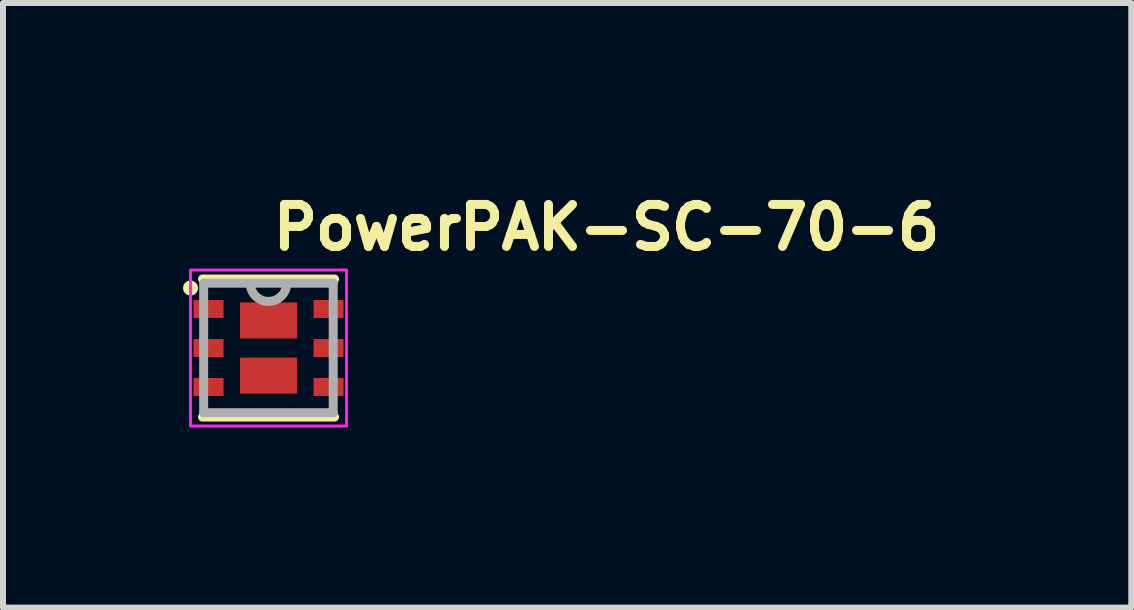
<source format=kicad_pcb>
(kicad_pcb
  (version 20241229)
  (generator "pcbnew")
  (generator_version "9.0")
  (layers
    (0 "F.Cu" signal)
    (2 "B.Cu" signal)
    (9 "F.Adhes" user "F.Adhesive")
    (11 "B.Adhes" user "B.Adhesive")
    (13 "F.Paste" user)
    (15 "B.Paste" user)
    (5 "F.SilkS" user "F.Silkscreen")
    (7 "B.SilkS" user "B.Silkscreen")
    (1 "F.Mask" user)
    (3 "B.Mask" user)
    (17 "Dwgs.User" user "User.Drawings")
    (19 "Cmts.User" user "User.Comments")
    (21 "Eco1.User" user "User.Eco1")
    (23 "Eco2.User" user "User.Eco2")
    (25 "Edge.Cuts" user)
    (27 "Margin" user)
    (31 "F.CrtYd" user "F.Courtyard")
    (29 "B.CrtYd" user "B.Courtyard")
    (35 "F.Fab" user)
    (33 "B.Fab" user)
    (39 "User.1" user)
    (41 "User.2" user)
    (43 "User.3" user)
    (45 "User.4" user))
  (footprint "PowerPAK-SC-70-6"
    (layer "F.Cu")
    (at 1.425 2.75)
    (property "Reference" "PowerPAK-SC-70-6" (at 0 -1.6 0) (layer "F.SilkS") (effects (font (size 0.7 0.7) (thickness 0.15)) (justify left bottom)))
    (attr smd)
    (fp_line (start -1.1 1.15) (end 1.1 1.15) (stroke (width 0.15) (type solid)) (layer "F.SilkS"))
    (fp_line (start 1.1 -1.15) (end -1.1 -1.15) (stroke (width 0.15) (type solid)) (layer "F.SilkS"))
    (fp_circle (center -1.3 -1) (end -1.25 -1) (stroke (width 0.15) (type solid)) (fill yes) (layer "F.SilkS"))
    (fp_rect (start -1.3 -1.3) (end 1.3 1.3) (stroke (width 0.05) (type solid)) (fill no) (layer "F.CrtYd"))
    (fp_line (start -1.081 -1.081) (end -1.081 1.078) (stroke (width 0.15) (type solid)) (layer "F.Fab"))
    (fp_line (start -1.081 1.078) (end 1.078 1.078) (stroke (width 0.15) (type solid)) (layer "F.Fab"))
    (fp_line (start 1.078 -1.081) (end -1.081 -1.081) (stroke (width 0.15) (type solid)) (layer "F.Fab"))
    (fp_line (start 1.078 1.078) (end 1.078 -1.081) (stroke (width 0.15) (type solid)) (layer "F.Fab"))
    (fp_arc (start 0.303 -1.081) (mid 0 -0.776) (end -0.305 -1.081) (stroke (width 0.15) (type solid)) (layer "F.Fab"))
    (fp_rect (start 1.034 1) (end -1.034 -1.049) (stroke (width 0.1) (type solid)) (fill no) (layer "User.5"))
    (fp_line (start -1.034 -0.834) (end -1.034 -0.514) (stroke (width 0.02) (type solid)) (layer "User.9"))
    (fp_line (start -1.034 -0.514) (end -1.024 -0.514) (stroke (width 0.02) (type solid)) (layer "User.9"))
    (fp_line (start -1.034 -0.183) (end -1.034 0.135) (stroke (width 0.02) (type solid)) (layer "User.9"))
    (fp_line (start -1.034 0.135) (end -1.024 0.135) (stroke (width 0.02) (type solid)) (layer "User.9"))
    (fp_line (start -1.034 0.466) (end -1.034 0.786) (stroke (width 0.02) (type solid)) (layer "User.9"))
    (fp_line (start -1.034 0.786) (end -1.024 0.786) (stroke (width 0.02) (type solid)) (layer "User.9"))
    (fp_line (start -1.024 -1.049) (end -1.024 1) (stroke (width 0.02) (type solid)) (layer "User.9"))
    (fp_line (start -1.024 -0.834) (end -1.034 -0.834) (stroke (width 0.02) (type solid)) (layer "User.9"))
    (fp_line (start -1.024 -0.183) (end -1.034 -0.183) (stroke (width 0.02) (type solid)) (layer "User.9"))
    (fp_line (start -1.024 0.466) (end -1.034 0.466) (stroke (width 0.02) (type solid)) (layer "User.9"))
    (fp_line (start -1.024 1) (end 1.024 1) (stroke (width 0.02) (type solid)) (layer "User.9"))
    (fp_line (start -0.826 -0.74) (end -0.826 -0.74) (stroke (width 0.02) (type solid)) (layer "User.9"))
    (fp_line (start -0.826 -0.74) (end -0.826 -0.74) (stroke (width 0.02) (type solid)) (layer "User.9"))
    (fp_line (start -0.826 -0.74) (end -0.825 -0.735) (stroke (width 0.02) (type solid)) (layer "User.9"))
    (fp_line (start -0.825 -0.751) (end -0.825 -0.745) (stroke (width 0.02) (type solid)) (layer "User.9"))
    (fp_line (start -0.825 -0.745) (end -0.826 -0.74) (stroke (width 0.02) (type solid)) (layer "User.9"))
    (fp_line (start -0.825 -0.735) (end -0.825 -0.729) (stroke (width 0.02) (type solid)) (layer "User.9"))
    (fp_line (start -0.825 -0.729) (end -0.824 -0.725) (stroke (width 0.02) (type solid)) (layer "User.9"))
    (fp_line (start -0.824 -0.756) (end -0.825 -0.751) (stroke (width 0.02) (type solid)) (layer "User.9"))
    (fp_line (start -0.824 -0.725) (end -0.823 -0.72) (stroke (width 0.02) (type solid)) (layer "User.9"))
    (fp_line (start -0.823 -0.761) (end -0.824 -0.756) (stroke (width 0.02) (type solid)) (layer "User.9"))
    (fp_line (start -0.823 -0.72) (end -0.822 -0.715) (stroke (width 0.02) (type solid)) (layer "User.9"))
    (fp_line (start -0.822 -0.766) (end -0.823 -0.761) (stroke (width 0.02) (type solid)) (layer "User.9"))
    (fp_line (start -0.822 -0.715) (end -0.821 -0.71) (stroke (width 0.02) (type solid)) (layer "User.9"))
    (fp_line (start -0.821 -0.771) (end -0.822 -0.766) (stroke (width 0.02) (type solid)) (layer "User.9"))
    (fp_line (start -0.821 -0.71) (end -0.819 -0.705) (stroke (width 0.02) (type solid)) (layer "User.9"))
    (fp_line (start -0.819 -0.776) (end -0.821 -0.771) (stroke (width 0.02) (type solid)) (layer "User.9"))
    (fp_line (start -0.819 -0.705) (end -0.817 -0.701) (stroke (width 0.02) (type solid)) (layer "User.9"))
    (fp_line (start -0.817 -0.78) (end -0.819 -0.776) (stroke (width 0.02) (type solid)) (layer "User.9"))
    (fp_line (start -0.817 -0.701) (end -0.815 -0.696) (stroke (width 0.02) (type solid)) (layer "User.9"))
    (fp_line (start -0.815 -0.785) (end -0.817 -0.78) (stroke (width 0.02) (type solid)) (layer "User.9"))
    (fp_line (start -0.815 -0.696) (end -0.812 -0.692) (stroke (width 0.02) (type solid)) (layer "User.9"))
    (fp_line (start -0.812 -0.789) (end -0.815 -0.785) (stroke (width 0.02) (type solid)) (layer "User.9"))
    (fp_line (start -0.812 -0.692) (end -0.81 -0.687) (stroke (width 0.02) (type solid)) (layer "User.9"))
    (fp_line (start -0.81 -0.795) (end -0.812 -0.789) (stroke (width 0.02) (type solid)) (layer "User.9"))
    (fp_line (start -0.81 -0.687) (end -0.807 -0.683) (stroke (width 0.02) (type solid)) (layer "User.9"))
    (fp_line (start -0.807 -0.799) (end -0.81 -0.795) (stroke (width 0.02) (type solid)) (layer "User.9"))
    (fp_line (start -0.807 -0.683) (end -0.804 -0.679) (stroke (width 0.02) (type solid)) (layer "User.9"))
    (fp_line (start -0.804 -0.803) (end -0.807 -0.799) (stroke (width 0.02) (type solid)) (layer "User.9"))
    (fp_line (start -0.804 -0.679) (end -0.801 -0.675) (stroke (width 0.02) (type solid)) (layer "User.9"))
    (fp_line (start -0.801 -0.807) (end -0.804 -0.803) (stroke (width 0.02) (type solid)) (layer "User.9"))
    (fp_line (start -0.801 -0.675) (end -0.798 -0.671) (stroke (width 0.02) (type solid)) (layer "User.9"))
    (fp_line (start -0.798 -0.811) (end -0.801 -0.807) (stroke (width 0.02) (type solid)) (layer "User.9"))
    (fp_line (start -0.798 -0.671) (end -0.794 -0.668) (stroke (width 0.02) (type solid)) (layer "User.9"))
    (fp_line (start -0.794 -0.814) (end -0.798 -0.811) (stroke (width 0.02) (type solid)) (layer "User.9"))
    (fp_line (start -0.794 -0.668) (end -0.791 -0.663) (stroke (width 0.02) (type solid)) (layer "User.9"))
    (fp_line (start -0.791 -0.818) (end -0.794 -0.814) (stroke (width 0.02) (type solid)) (layer "User.9"))
    (fp_line (start -0.791 -0.663) (end -0.787 -0.66) (stroke (width 0.02) (type solid)) (layer "User.9"))
    (fp_line (start -0.787 -0.821) (end -0.791 -0.818) (stroke (width 0.02) (type solid)) (layer "User.9"))
    (fp_line (start -0.787 -0.66) (end -0.783 -0.657) (stroke (width 0.02) (type solid)) (layer "User.9"))
    (fp_line (start -0.783 -0.824) (end -0.787 -0.821) (stroke (width 0.02) (type solid)) (layer "User.9"))
    (fp_line (start -0.783 -0.657) (end -0.779 -0.654) (stroke (width 0.02) (type solid)) (layer "User.9"))
    (fp_line (start -0.779 -0.827) (end -0.783 -0.824) (stroke (width 0.02) (type solid)) (layer "User.9"))
    (fp_line (start -0.779 -0.654) (end -0.775 -0.652) (stroke (width 0.02) (type solid)) (layer "User.9"))
    (fp_line (start -0.775 -0.83) (end -0.779 -0.827) (stroke (width 0.02) (type solid)) (layer "User.9"))
    (fp_line (start -0.775 -0.652) (end -0.77 -0.649) (stroke (width 0.02) (type solid)) (layer "User.9"))
    (fp_line (start -0.77 -0.832) (end -0.775 -0.83) (stroke (width 0.02) (type solid)) (layer "User.9"))
    (fp_line (start -0.77 -0.649) (end -0.765 -0.647) (stroke (width 0.02) (type solid)) (layer "User.9"))
    (fp_line (start -0.765 -0.834) (end -0.77 -0.832) (stroke (width 0.02) (type solid)) (layer "User.9"))
    (fp_line (start -0.765 -0.647) (end -0.76 -0.645) (stroke (width 0.02) (type solid)) (layer "User.9"))
    (fp_line (start -0.76 -0.836) (end -0.765 -0.834) (stroke (width 0.02) (type solid)) (layer "User.9"))
    (fp_line (start -0.76 -0.645) (end -0.756 -0.643) (stroke (width 0.02) (type solid)) (layer "User.9"))
    (fp_line (start -0.756 -0.838) (end -0.76 -0.836) (stroke (width 0.02) (type solid)) (layer "User.9"))
    (fp_line (start -0.756 -0.643) (end -0.751 -0.641) (stroke (width 0.02) (type solid)) (layer "User.9"))
    (fp_line (start -0.751 -0.84) (end -0.756 -0.838) (stroke (width 0.02) (type solid)) (layer "User.9"))
    (fp_line (start -0.751 -0.641) (end -0.747 -0.64) (stroke (width 0.02) (type solid)) (layer "User.9"))
    (fp_line (start -0.747 -0.841) (end -0.751 -0.84) (stroke (width 0.02) (type solid)) (layer "User.9"))
    (fp_line (start -0.747 -0.64) (end -0.742 -0.639) (stroke (width 0.02) (type solid)) (layer "User.9"))
    (fp_line (start -0.742 -0.842) (end -0.747 -0.841) (stroke (width 0.02) (type solid)) (layer "User.9"))
    (fp_line (start -0.742 -0.639) (end -0.737 -0.638) (stroke (width 0.02) (type solid)) (layer "User.9"))
    (fp_line (start -0.737 -0.843) (end -0.742 -0.842) (stroke (width 0.02) (type solid)) (layer "User.9"))
    (fp_line (start -0.737 -0.638) (end -0.732 -0.637) (stroke (width 0.02) (type solid)) (layer "User.9"))
    (fp_line (start -0.732 -0.844) (end -0.737 -0.843) (stroke (width 0.02) (type solid)) (layer "User.9"))
    (fp_line (start -0.732 -0.637) (end -0.726 -0.637) (stroke (width 0.02) (type solid)) (layer "User.9"))
    (fp_line (start -0.726 -0.844) (end -0.732 -0.844) (stroke (width 0.02) (type solid)) (layer "User.9"))
    (fp_line (start -0.726 -0.637) (end -0.721 -0.637) (stroke (width 0.02) (type solid)) (layer "User.9"))
    (fp_line (start -0.721 -0.845) (end -0.726 -0.844) (stroke (width 0.02) (type solid)) (layer "User.9"))
    (fp_line (start -0.721 -0.845) (end -0.721 -0.845) (stroke (width 0.02) (type solid)) (layer "User.9"))
    (fp_line (start -0.721 -0.637) (end -0.721 -0.637) (stroke (width 0.02) (type solid)) (layer "User.9"))
    (fp_line (start -0.721 -0.637) (end -0.716 -0.637) (stroke (width 0.02) (type solid)) (layer "User.9"))
    (fp_line (start -0.716 -0.844) (end -0.721 -0.845) (stroke (width 0.02) (type solid)) (layer "User.9"))
    (fp_line (start -0.716 -0.637) (end -0.71 -0.637) (stroke (width 0.02) (type solid)) (layer "User.9"))
    (fp_line (start -0.71 -0.844) (end -0.716 -0.844) (stroke (width 0.02) (type solid)) (layer "User.9"))
    (fp_line (start -0.71 -0.637) (end -0.705 -0.638) (stroke (width 0.02) (type solid)) (layer "User.9"))
    (fp_line (start -0.705 -0.843) (end -0.71 -0.844) (stroke (width 0.02) (type solid)) (layer "User.9"))
    (fp_line (start -0.705 -0.638) (end -0.701 -0.639) (stroke (width 0.02) (type solid)) (layer "User.9"))
    (fp_line (start -0.701 -0.842) (end -0.705 -0.843) (stroke (width 0.02) (type solid)) (layer "User.9"))
    (fp_line (start -0.701 -0.639) (end -0.696 -0.64) (stroke (width 0.02) (type solid)) (layer "User.9"))
    (fp_line (start -0.696 -0.841) (end -0.701 -0.842) (stroke (width 0.02) (type solid)) (layer "User.9"))
    (fp_line (start -0.696 -0.64) (end -0.691 -0.641) (stroke (width 0.02) (type solid)) (layer "User.9"))
    (fp_line (start -0.691 -0.84) (end -0.696 -0.841) (stroke (width 0.02) (type solid)) (layer "User.9"))
    (fp_line (start -0.691 -0.641) (end -0.685 -0.643) (stroke (width 0.02) (type solid)) (layer "User.9"))
    (fp_line (start -0.685 -0.838) (end -0.691 -0.84) (stroke (width 0.02) (type solid)) (layer "User.9"))
    (fp_line (start -0.685 -0.643) (end -0.681 -0.645) (stroke (width 0.02) (type solid)) (layer "User.9"))
    (fp_line (start -0.681 -0.836) (end -0.685 -0.838) (stroke (width 0.02) (type solid)) (layer "User.9"))
    (fp_line (start -0.681 -0.645) (end -0.676 -0.647) (stroke (width 0.02) (type solid)) (layer "User.9"))
    (fp_line (start -0.676 -0.834) (end -0.681 -0.836) (stroke (width 0.02) (type solid)) (layer "User.9"))
    (fp_line (start -0.676 -0.647) (end -0.672 -0.649) (stroke (width 0.02) (type solid)) (layer "User.9"))
    (fp_line (start -0.672 -0.832) (end -0.676 -0.834) (stroke (width 0.02) (type solid)) (layer "User.9"))
    (fp_line (start -0.672 -0.649) (end -0.667 -0.652) (stroke (width 0.02) (type solid)) (layer "User.9"))
    (fp_line (start -0.667 -0.83) (end -0.672 -0.832) (stroke (width 0.02) (type solid)) (layer "User.9"))
    (fp_line (start -0.667 -0.652) (end -0.663 -0.654) (stroke (width 0.02) (type solid)) (layer "User.9"))
    (fp_line (start -0.663 -0.827) (end -0.667 -0.83) (stroke (width 0.02) (type solid)) (layer "User.9"))
    (fp_line (start -0.663 -0.654) (end -0.659 -0.657) (stroke (width 0.02) (type solid)) (layer "User.9"))
    (fp_line (start -0.659 -0.824) (end -0.663 -0.827) (stroke (width 0.02) (type solid)) (layer "User.9"))
    (fp_line (start -0.659 -0.657) (end -0.655 -0.66) (stroke (width 0.02) (type solid)) (layer "User.9"))
    (fp_line (start -0.655 -0.821) (end -0.659 -0.824) (stroke (width 0.02) (type solid)) (layer "User.9"))
    (fp_line (start -0.655 -0.66) (end -0.651 -0.663) (stroke (width 0.02) (type solid)) (layer "User.9"))
    (fp_line (start -0.651 -0.818) (end -0.655 -0.821) (stroke (width 0.02) (type solid)) (layer "User.9"))
    (fp_line (start -0.651 -0.663) (end -0.648 -0.668) (stroke (width 0.02) (type solid)) (layer "User.9"))
    (fp_line (start -0.648 -0.814) (end -0.651 -0.818) (stroke (width 0.02) (type solid)) (layer "User.9"))
    (fp_line (start -0.648 -0.668) (end -0.644 -0.671) (stroke (width 0.02) (type solid)) (layer "User.9"))
    (fp_line (start -0.644 -0.811) (end -0.648 -0.814) (stroke (width 0.02) (type solid)) (layer "User.9"))
    (fp_line (start -0.644 -0.671) (end -0.641 -0.675) (stroke (width 0.02) (type solid)) (layer "User.9"))
    (fp_line (start -0.641 -0.807) (end -0.644 -0.811) (stroke (width 0.02) (type solid)) (layer "User.9"))
    (fp_line (start -0.641 -0.675) (end -0.637 -0.679) (stroke (width 0.02) (type solid)) (layer "User.9"))
    (fp_line (start -0.637 -0.803) (end -0.641 -0.807) (stroke (width 0.02) (type solid)) (layer "User.9"))
    (fp_line (start -0.637 -0.679) (end -0.634 -0.683) (stroke (width 0.02) (type solid)) (layer "User.9"))
    (fp_line (start -0.634 -0.799) (end -0.637 -0.803) (stroke (width 0.02) (type solid)) (layer "User.9"))
    (fp_line (start -0.634 -0.683) (end -0.632 -0.687) (stroke (width 0.02) (type solid)) (layer "User.9"))
    (fp_line (start -0.632 -0.795) (end -0.634 -0.799) (stroke (width 0.02) (type solid)) (layer "User.9"))
    (fp_line (start -0.632 -0.687) (end -0.629 -0.692) (stroke (width 0.02) (type solid)) (layer "User.9"))
    (fp_line (start -0.629 -0.789) (end -0.632 -0.795) (stroke (width 0.02) (type solid)) (layer "User.9"))
    (fp_line (start -0.629 -0.692) (end -0.627 -0.696) (stroke (width 0.02) (type solid)) (layer "User.9"))
    (fp_line (start -0.627 -0.785) (end -0.629 -0.789) (stroke (width 0.02) (type solid)) (layer "User.9"))
    (fp_line (start -0.627 -0.696) (end -0.625 -0.701) (stroke (width 0.02) (type solid)) (layer "User.9"))
    (fp_line (start -0.625 -0.78) (end -0.627 -0.785) (stroke (width 0.02) (type solid)) (layer "User.9"))
    (fp_line (start -0.625 -0.701) (end -0.624 -0.705) (stroke (width 0.02) (type solid)) (layer "User.9"))
    (fp_line (start -0.624 -0.776) (end -0.625 -0.78) (stroke (width 0.02) (type solid)) (layer "User.9"))
    (fp_line (start -0.624 -0.705) (end -0.622 -0.71) (stroke (width 0.02) (type solid)) (layer "User.9"))
    (fp_line (start -0.622 -0.771) (end -0.624 -0.776) (stroke (width 0.02) (type solid)) (layer "User.9"))
    (fp_line (start -0.622 -0.71) (end -0.621 -0.715) (stroke (width 0.02) (type solid)) (layer "User.9"))
    (fp_line (start -0.621 -0.766) (end -0.622 -0.771) (stroke (width 0.02) (type solid)) (layer "User.9"))
    (fp_line (start -0.621 -0.715) (end -0.62 -0.72) (stroke (width 0.02) (type solid)) (layer "User.9"))
    (fp_line (start -0.62 -0.761) (end -0.621 -0.766) (stroke (width 0.02) (type solid)) (layer "User.9"))
    (fp_line (start -0.62 -0.72) (end -0.619 -0.725) (stroke (width 0.02) (type solid)) (layer "User.9"))
    (fp_line (start -0.619 -0.756) (end -0.62 -0.761) (stroke (width 0.02) (type solid)) (layer "User.9"))
    (fp_line (start -0.619 -0.725) (end -0.618 -0.729) (stroke (width 0.02) (type solid)) (layer "User.9"))
    (fp_line (start -0.618 -0.751) (end -0.619 -0.756) (stroke (width 0.02) (type solid)) (layer "User.9"))
    (fp_line (start -0.618 -0.745) (end -0.618 -0.751) (stroke (width 0.02) (type solid)) (layer "User.9"))
    (fp_line (start -0.618 -0.74) (end -0.618 -0.745) (stroke (width 0.02) (type solid)) (layer "User.9"))
    (fp_line (start -0.618 -0.74) (end -0.618 -0.74) (stroke (width 0.02) (type solid)) (layer "User.9"))
    (fp_line (start -0.618 -0.735) (end -0.618 -0.74) (stroke (width 0.02) (type solid)) (layer "User.9"))
    (fp_line (start -0.618 -0.729) (end -0.618 -0.735) (stroke (width 0.02) (type solid)) (layer "User.9"))
    (fp_line (start 1.024 -1.049) (end -1.024 -1.049) (stroke (width 0.02) (type solid)) (layer "User.9"))
    (fp_line (start 1.024 -0.834) (end 1.034 -0.834) (stroke (width 0.02) (type solid)) (layer "User.9"))
    (fp_line (start 1.024 -0.183) (end 1.034 -0.183) (stroke (width 0.02) (type solid)) (layer "User.9"))
    (fp_line (start 1.024 0.466) (end 1.034 0.466) (stroke (width 0.02) (type solid)) (layer "User.9"))
    (fp_line (start 1.024 1) (end 1.024 -1.049) (stroke (width 0.02) (type solid)) (layer "User.9"))
    (fp_line (start 1.034 -0.834) (end 1.034 -0.514) (stroke (width 0.02) (type solid)) (layer "User.9"))
    (fp_line (start 1.034 -0.514) (end 1.024 -0.514) (stroke (width 0.02) (type solid)) (layer "User.9"))
    (fp_line (start 1.034 -0.183) (end 1.034 0.135) (stroke (width 0.02) (type solid)) (layer "User.9"))
    (fp_line (start 1.034 0.135) (end 1.024 0.135) (stroke (width 0.02) (type solid)) (layer "User.9"))
    (fp_line (start 1.034 0.466) (end 1.034 0.786) (stroke (width 0.02) (type solid)) (layer "User.9"))
    (fp_line (start 1.034 0.786) (end 1.024 0.786) (stroke (width 0.02) (type solid)) (layer "User.9"))
    (pad "1" smd custom (at -1 -0.651) (size 0.5 0.3) (layers "F.Cu" "F.Mask" "F.Paste") (options (anchor rect)) (primitives))
    (pad "2" smd rect (at -1 0) (size 0.5 0.3) (layers "F.Cu" "F.Mask" "F.Paste"))
    (pad "3" smd rect (at -1 0.649) (size 0.5 0.3) (layers "F.Cu" "F.Mask" "F.Paste"))
    (pad "3" smd rect (at 0 0.46) (size 0.95 0.6) (layers "F.Cu" "F.Mask" "F.Paste"))
    (pad "4" smd rect (at 1 0.649) (size 0.5 0.3) (layers "F.Cu" "F.Mask" "F.Paste"))
    (pad "5" smd rect (at 1 0) (size 0.5 0.3) (layers "F.Cu" "F.Mask" "F.Paste"))
    (pad "6" smd rect (at 0 -0.46) (size 0.95 0.6) (layers "F.Cu" "F.Mask" "F.Paste"))
    (pad "6" smd rect (at 1 -0.651) (size 0.5 0.3) (layers "F.Cu" "F.Mask" "F.Paste")))
  (gr_rect
    (start -3 -3)
    (end 15.802 7.075)
    (stroke (width 0.1) (type default))
    (fill no)
    (layer "Edge.Cuts")))
</source>
